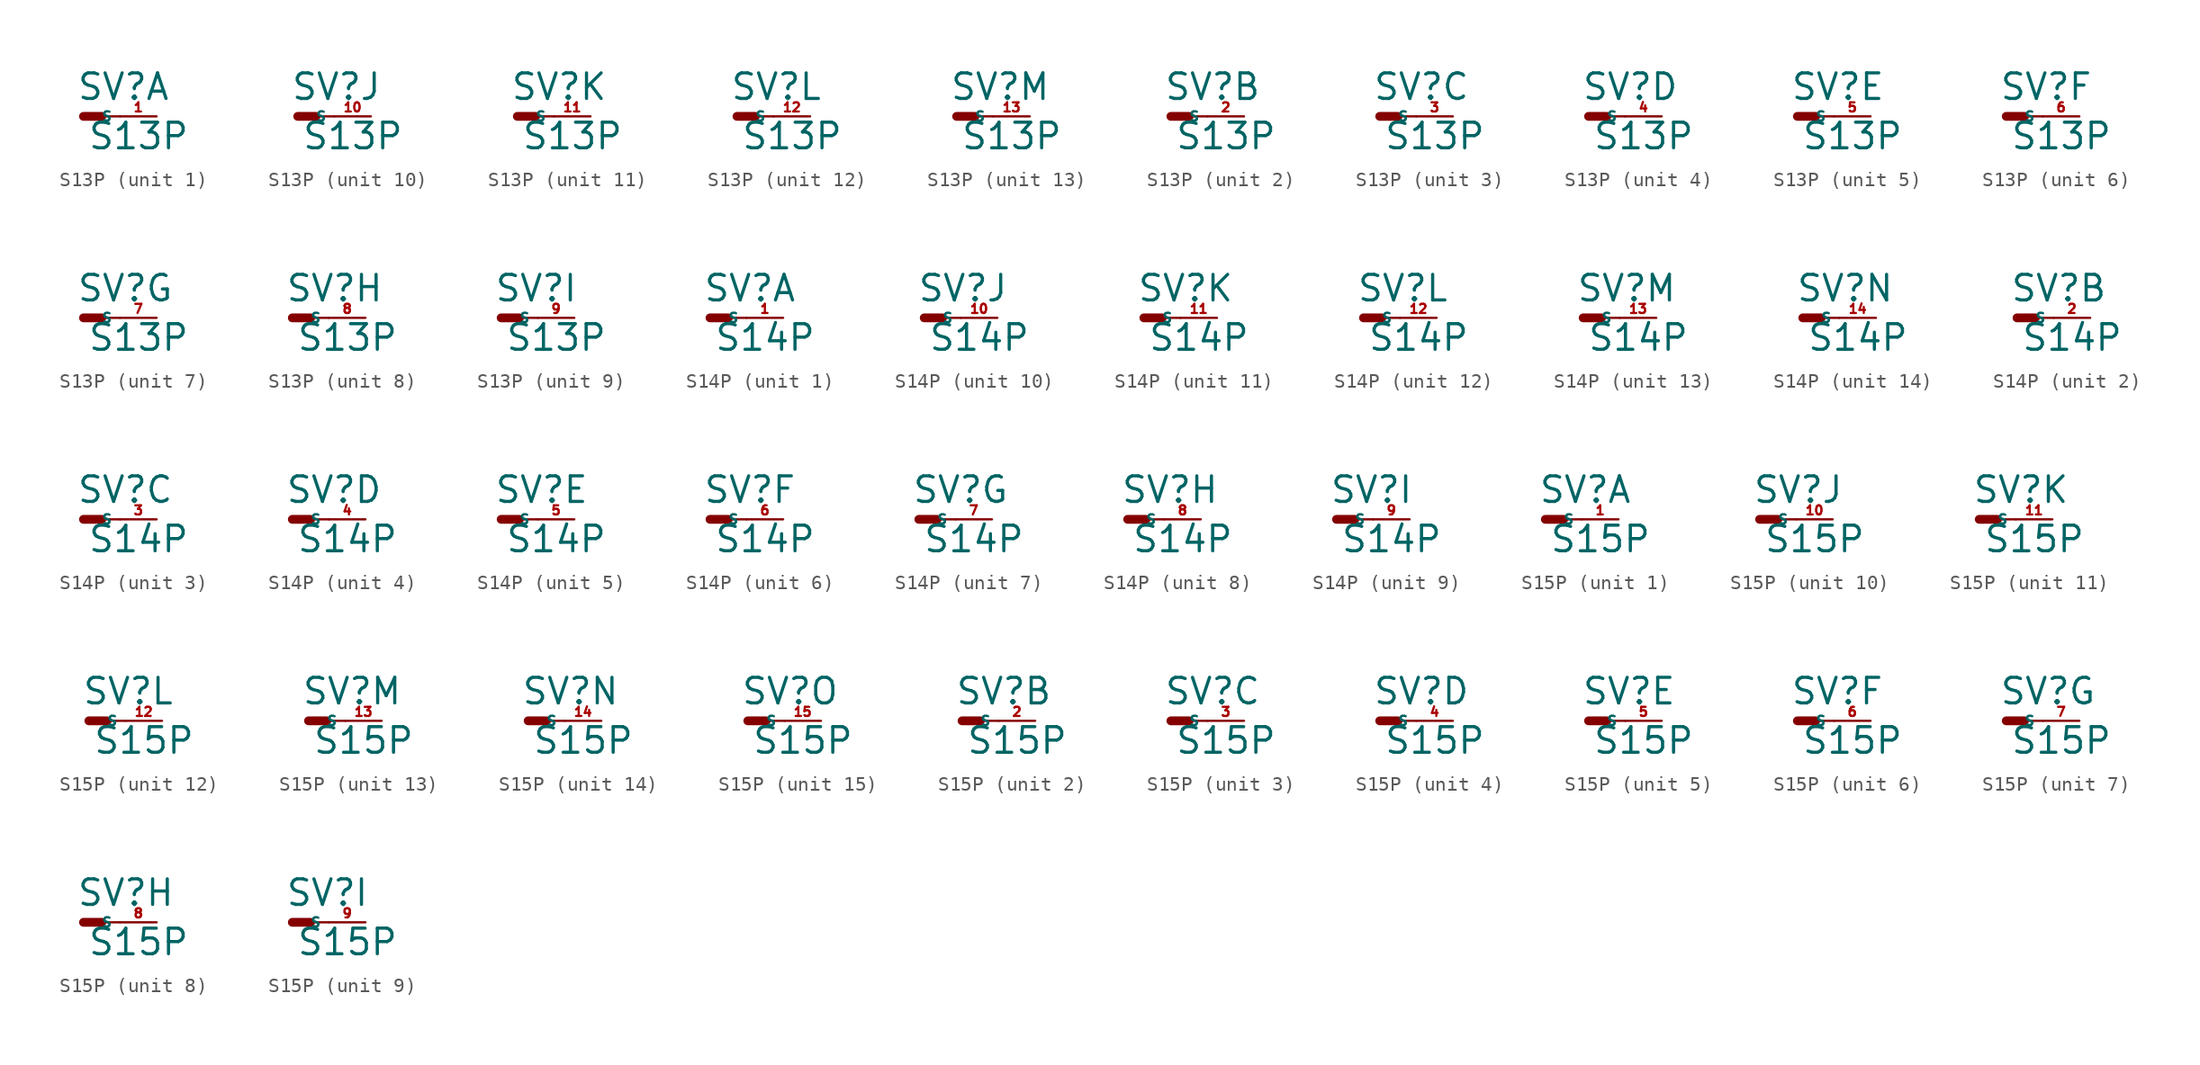
<source format=kicad_sym>
(kicad_symbol_lib
  (version 20220914)
  (generator Eagle2Kicad)
  (symbol "S13P"
    (property "Reference" "SV"
      (at -0.508 1.016 0)
      (effects (font (size 1.778 1.778) (thickness 0.22)) (justify left bottom)))
    (property "Value" "S13P"
      (at 0.254 -2.413 0)
      (effects (font (size 1.778 1.778) (thickness 0.22)) (justify left bottom)))
    (symbol "S13P_1_0"
      (polyline (pts (xy 1.27 0) (xy 2.54 0)) (stroke (width 0.152) (type default)) (fill (type none)))
      (polyline (pts (xy 0 0) (xy 1.27 0)) (stroke (width 0.61) (type default)) (fill (type none)))
      (pin passive line (at 5.08 0 180) (length 2.54) (name "S" (effects (font (size 0.635 0.635) (thickness 0.08)) (justify left bottom))) (number "1" (effects (font (size 0.635 0.635) (thickness 0.08)) (justify left bottom)))))
    (symbol "S13P_2_0"
      (polyline (pts (xy 1.27 0) (xy 2.54 0)) (stroke (width 0.152) (type default)) (fill (type none)))
      (polyline (pts (xy 0 0) (xy 1.27 0)) (stroke (width 0.61) (type default)) (fill (type none)))
      (pin passive line (at 5.08 0 180) (length 2.54) (name "S" (effects (font (size 0.635 0.635) (thickness 0.08)) (justify left bottom))) (number "2" (effects (font (size 0.635 0.635) (thickness 0.08)) (justify left bottom)))))
    (symbol "S13P_3_0"
      (polyline (pts (xy 1.27 0) (xy 2.54 0)) (stroke (width 0.152) (type default)) (fill (type none)))
      (polyline (pts (xy 0 0) (xy 1.27 0)) (stroke (width 0.61) (type default)) (fill (type none)))
      (pin passive line (at 5.08 0 180) (length 2.54) (name "S" (effects (font (size 0.635 0.635) (thickness 0.08)) (justify left bottom))) (number "3" (effects (font (size 0.635 0.635) (thickness 0.08)) (justify left bottom)))))
    (symbol "S13P_4_0"
      (polyline (pts (xy 1.27 0) (xy 2.54 0)) (stroke (width 0.152) (type default)) (fill (type none)))
      (polyline (pts (xy 0 0) (xy 1.27 0)) (stroke (width 0.61) (type default)) (fill (type none)))
      (pin passive line (at 5.08 0 180) (length 2.54) (name "S" (effects (font (size 0.635 0.635) (thickness 0.08)) (justify left bottom))) (number "4" (effects (font (size 0.635 0.635) (thickness 0.08)) (justify left bottom)))))
    (symbol "S13P_5_0"
      (polyline (pts (xy 1.27 0) (xy 2.54 0)) (stroke (width 0.152) (type default)) (fill (type none)))
      (polyline (pts (xy 0 0) (xy 1.27 0)) (stroke (width 0.61) (type default)) (fill (type none)))
      (pin passive line (at 5.08 0 180) (length 2.54) (name "S" (effects (font (size 0.635 0.635) (thickness 0.08)) (justify left bottom))) (number "5" (effects (font (size 0.635 0.635) (thickness 0.08)) (justify left bottom)))))
    (symbol "S13P_6_0"
      (polyline (pts (xy 1.27 0) (xy 2.54 0)) (stroke (width 0.152) (type default)) (fill (type none)))
      (polyline (pts (xy 0 0) (xy 1.27 0)) (stroke (width 0.61) (type default)) (fill (type none)))
      (pin passive line (at 5.08 0 180) (length 2.54) (name "S" (effects (font (size 0.635 0.635) (thickness 0.08)) (justify left bottom))) (number "6" (effects (font (size 0.635 0.635) (thickness 0.08)) (justify left bottom)))))
    (symbol "S13P_7_0"
      (polyline (pts (xy 1.27 0) (xy 2.54 0)) (stroke (width 0.152) (type default)) (fill (type none)))
      (polyline (pts (xy 0 0) (xy 1.27 0)) (stroke (width 0.61) (type default)) (fill (type none)))
      (pin passive line (at 5.08 0 180) (length 2.54) (name "S" (effects (font (size 0.635 0.635) (thickness 0.08)) (justify left bottom))) (number "7" (effects (font (size 0.635 0.635) (thickness 0.08)) (justify left bottom)))))
    (symbol "S13P_8_0"
      (polyline (pts (xy 1.27 0) (xy 2.54 0)) (stroke (width 0.152) (type default)) (fill (type none)))
      (polyline (pts (xy 0 0) (xy 1.27 0)) (stroke (width 0.61) (type default)) (fill (type none)))
      (pin passive line (at 5.08 0 180) (length 2.54) (name "S" (effects (font (size 0.635 0.635) (thickness 0.08)) (justify left bottom))) (number "8" (effects (font (size 0.635 0.635) (thickness 0.08)) (justify left bottom)))))
    (symbol "S13P_9_0"
      (polyline (pts (xy 1.27 0) (xy 2.54 0)) (stroke (width 0.152) (type default)) (fill (type none)))
      (polyline (pts (xy 0 0) (xy 1.27 0)) (stroke (width 0.61) (type default)) (fill (type none)))
      (pin passive line (at 5.08 0 180) (length 2.54) (name "S" (effects (font (size 0.635 0.635) (thickness 0.08)) (justify left bottom))) (number "9" (effects (font (size 0.635 0.635) (thickness 0.08)) (justify left bottom)))))
    (symbol "S13P_10_0"
      (polyline (pts (xy 1.27 0) (xy 2.54 0)) (stroke (width 0.152) (type default)) (fill (type none)))
      (polyline (pts (xy 0 0) (xy 1.27 0)) (stroke (width 0.61) (type default)) (fill (type none)))
      (pin passive line (at 5.08 0 180) (length 2.54) (name "S" (effects (font (size 0.635 0.635) (thickness 0.08)) (justify left bottom))) (number "10" (effects (font (size 0.635 0.635) (thickness 0.08)) (justify left bottom)))))
    (symbol "S13P_11_0"
      (polyline (pts (xy 1.27 0) (xy 2.54 0)) (stroke (width 0.152) (type default)) (fill (type none)))
      (polyline (pts (xy 0 0) (xy 1.27 0)) (stroke (width 0.61) (type default)) (fill (type none)))
      (pin passive line (at 5.08 0 180) (length 2.54) (name "S" (effects (font (size 0.635 0.635) (thickness 0.08)) (justify left bottom))) (number "11" (effects (font (size 0.635 0.635) (thickness 0.08)) (justify left bottom)))))
    (symbol "S13P_12_0"
      (polyline (pts (xy 1.27 0) (xy 2.54 0)) (stroke (width 0.152) (type default)) (fill (type none)))
      (polyline (pts (xy 0 0) (xy 1.27 0)) (stroke (width 0.61) (type default)) (fill (type none)))
      (pin passive line (at 5.08 0 180) (length 2.54) (name "S" (effects (font (size 0.635 0.635) (thickness 0.08)) (justify left bottom))) (number "12" (effects (font (size 0.635 0.635) (thickness 0.08)) (justify left bottom)))))
    (symbol "S13P_13_0"
      (polyline (pts (xy 1.27 0) (xy 2.54 0)) (stroke (width 0.152) (type default)) (fill (type none)))
      (polyline (pts (xy 0 0) (xy 1.27 0)) (stroke (width 0.61) (type default)) (fill (type none)))
      (pin passive line (at 5.08 0 180) (length 2.54) (name "S" (effects (font (size 0.635 0.635) (thickness 0.08)) (justify left bottom))) (number "13" (effects (font (size 0.635 0.635) (thickness 0.08)) (justify left bottom))))))
  (symbol "S14P"
    (property "Reference" "SV"
      (at -0.508 1.016 0)
      (effects (font (size 1.778 1.778) (thickness 0.22)) (justify left bottom)))
    (property "Value" "S14P"
      (at 0.254 -2.413 0)
      (effects (font (size 1.778 1.778) (thickness 0.22)) (justify left bottom)))
    (symbol "S14P_1_0"
      (polyline (pts (xy 1.27 0) (xy 2.54 0)) (stroke (width 0.152) (type default)) (fill (type none)))
      (polyline (pts (xy 0 0) (xy 1.27 0)) (stroke (width 0.61) (type default)) (fill (type none)))
      (pin passive line (at 5.08 0 180) (length 2.54) (name "S" (effects (font (size 0.635 0.635) (thickness 0.08)) (justify left bottom))) (number "1" (effects (font (size 0.635 0.635) (thickness 0.08)) (justify left bottom)))))
    (symbol "S14P_2_0"
      (polyline (pts (xy 1.27 0) (xy 2.54 0)) (stroke (width 0.152) (type default)) (fill (type none)))
      (polyline (pts (xy 0 0) (xy 1.27 0)) (stroke (width 0.61) (type default)) (fill (type none)))
      (pin passive line (at 5.08 0 180) (length 2.54) (name "S" (effects (font (size 0.635 0.635) (thickness 0.08)) (justify left bottom))) (number "2" (effects (font (size 0.635 0.635) (thickness 0.08)) (justify left bottom)))))
    (symbol "S14P_3_0"
      (polyline (pts (xy 1.27 0) (xy 2.54 0)) (stroke (width 0.152) (type default)) (fill (type none)))
      (polyline (pts (xy 0 0) (xy 1.27 0)) (stroke (width 0.61) (type default)) (fill (type none)))
      (pin passive line (at 5.08 0 180) (length 2.54) (name "S" (effects (font (size 0.635 0.635) (thickness 0.08)) (justify left bottom))) (number "3" (effects (font (size 0.635 0.635) (thickness 0.08)) (justify left bottom)))))
    (symbol "S14P_4_0"
      (polyline (pts (xy 1.27 0) (xy 2.54 0)) (stroke (width 0.152) (type default)) (fill (type none)))
      (polyline (pts (xy 0 0) (xy 1.27 0)) (stroke (width 0.61) (type default)) (fill (type none)))
      (pin passive line (at 5.08 0 180) (length 2.54) (name "S" (effects (font (size 0.635 0.635) (thickness 0.08)) (justify left bottom))) (number "4" (effects (font (size 0.635 0.635) (thickness 0.08)) (justify left bottom)))))
    (symbol "S14P_5_0"
      (polyline (pts (xy 1.27 0) (xy 2.54 0)) (stroke (width 0.152) (type default)) (fill (type none)))
      (polyline (pts (xy 0 0) (xy 1.27 0)) (stroke (width 0.61) (type default)) (fill (type none)))
      (pin passive line (at 5.08 0 180) (length 2.54) (name "S" (effects (font (size 0.635 0.635) (thickness 0.08)) (justify left bottom))) (number "5" (effects (font (size 0.635 0.635) (thickness 0.08)) (justify left bottom)))))
    (symbol "S14P_6_0"
      (polyline (pts (xy 1.27 0) (xy 2.54 0)) (stroke (width 0.152) (type default)) (fill (type none)))
      (polyline (pts (xy 0 0) (xy 1.27 0)) (stroke (width 0.61) (type default)) (fill (type none)))
      (pin passive line (at 5.08 0 180) (length 2.54) (name "S" (effects (font (size 0.635 0.635) (thickness 0.08)) (justify left bottom))) (number "6" (effects (font (size 0.635 0.635) (thickness 0.08)) (justify left bottom)))))
    (symbol "S14P_7_0"
      (polyline (pts (xy 1.27 0) (xy 2.54 0)) (stroke (width 0.152) (type default)) (fill (type none)))
      (polyline (pts (xy 0 0) (xy 1.27 0)) (stroke (width 0.61) (type default)) (fill (type none)))
      (pin passive line (at 5.08 0 180) (length 2.54) (name "S" (effects (font (size 0.635 0.635) (thickness 0.08)) (justify left bottom))) (number "7" (effects (font (size 0.635 0.635) (thickness 0.08)) (justify left bottom)))))
    (symbol "S14P_8_0"
      (polyline (pts (xy 1.27 0) (xy 2.54 0)) (stroke (width 0.152) (type default)) (fill (type none)))
      (polyline (pts (xy 0 0) (xy 1.27 0)) (stroke (width 0.61) (type default)) (fill (type none)))
      (pin passive line (at 5.08 0 180) (length 2.54) (name "S" (effects (font (size 0.635 0.635) (thickness 0.08)) (justify left bottom))) (number "8" (effects (font (size 0.635 0.635) (thickness 0.08)) (justify left bottom)))))
    (symbol "S14P_9_0"
      (polyline (pts (xy 1.27 0) (xy 2.54 0)) (stroke (width 0.152) (type default)) (fill (type none)))
      (polyline (pts (xy 0 0) (xy 1.27 0)) (stroke (width 0.61) (type default)) (fill (type none)))
      (pin passive line (at 5.08 0 180) (length 2.54) (name "S" (effects (font (size 0.635 0.635) (thickness 0.08)) (justify left bottom))) (number "9" (effects (font (size 0.635 0.635) (thickness 0.08)) (justify left bottom)))))
    (symbol "S14P_10_0"
      (polyline (pts (xy 1.27 0) (xy 2.54 0)) (stroke (width 0.152) (type default)) (fill (type none)))
      (polyline (pts (xy 0 0) (xy 1.27 0)) (stroke (width 0.61) (type default)) (fill (type none)))
      (pin passive line (at 5.08 0 180) (length 2.54) (name "S" (effects (font (size 0.635 0.635) (thickness 0.08)) (justify left bottom))) (number "10" (effects (font (size 0.635 0.635) (thickness 0.08)) (justify left bottom)))))
    (symbol "S14P_11_0"
      (polyline (pts (xy 1.27 0) (xy 2.54 0)) (stroke (width 0.152) (type default)) (fill (type none)))
      (polyline (pts (xy 0 0) (xy 1.27 0)) (stroke (width 0.61) (type default)) (fill (type none)))
      (pin passive line (at 5.08 0 180) (length 2.54) (name "S" (effects (font (size 0.635 0.635) (thickness 0.08)) (justify left bottom))) (number "11" (effects (font (size 0.635 0.635) (thickness 0.08)) (justify left bottom)))))
    (symbol "S14P_12_0"
      (polyline (pts (xy 1.27 0) (xy 2.54 0)) (stroke (width 0.152) (type default)) (fill (type none)))
      (polyline (pts (xy 0 0) (xy 1.27 0)) (stroke (width 0.61) (type default)) (fill (type none)))
      (pin passive line (at 5.08 0 180) (length 2.54) (name "S" (effects (font (size 0.635 0.635) (thickness 0.08)) (justify left bottom))) (number "12" (effects (font (size 0.635 0.635) (thickness 0.08)) (justify left bottom)))))
    (symbol "S14P_13_0"
      (polyline (pts (xy 1.27 0) (xy 2.54 0)) (stroke (width 0.152) (type default)) (fill (type none)))
      (polyline (pts (xy 0 0) (xy 1.27 0)) (stroke (width 0.61) (type default)) (fill (type none)))
      (pin passive line (at 5.08 0 180) (length 2.54) (name "S" (effects (font (size 0.635 0.635) (thickness 0.08)) (justify left bottom))) (number "13" (effects (font (size 0.635 0.635) (thickness 0.08)) (justify left bottom)))))
    (symbol "S14P_14_0"
      (polyline (pts (xy 1.27 0) (xy 2.54 0)) (stroke (width 0.152) (type default)) (fill (type none)))
      (polyline (pts (xy 0 0) (xy 1.27 0)) (stroke (width 0.61) (type default)) (fill (type none)))
      (pin passive line (at 5.08 0 180) (length 2.54) (name "S" (effects (font (size 0.635 0.635) (thickness 0.08)) (justify left bottom))) (number "14" (effects (font (size 0.635 0.635) (thickness 0.08)) (justify left bottom))))))
  (symbol "S15P"
    (property "Reference" "SV"
      (at -0.508 1.016 0)
      (effects (font (size 1.778 1.778) (thickness 0.22)) (justify left bottom)))
    (property "Value" "S15P"
      (at 0.254 -2.413 0)
      (effects (font (size 1.778 1.778) (thickness 0.22)) (justify left bottom)))
    (symbol "S15P_1_0"
      (polyline (pts (xy 1.27 0) (xy 2.54 0)) (stroke (width 0.152) (type default)) (fill (type none)))
      (polyline (pts (xy 0 0) (xy 1.27 0)) (stroke (width 0.61) (type default)) (fill (type none)))
      (pin passive line (at 5.08 0 180) (length 2.54) (name "S" (effects (font (size 0.635 0.635) (thickness 0.08)) (justify left bottom))) (number "1" (effects (font (size 0.635 0.635) (thickness 0.08)) (justify left bottom)))))
    (symbol "S15P_2_0"
      (polyline (pts (xy 1.27 0) (xy 2.54 0)) (stroke (width 0.152) (type default)) (fill (type none)))
      (polyline (pts (xy 0 0) (xy 1.27 0)) (stroke (width 0.61) (type default)) (fill (type none)))
      (pin passive line (at 5.08 0 180) (length 2.54) (name "S" (effects (font (size 0.635 0.635) (thickness 0.08)) (justify left bottom))) (number "2" (effects (font (size 0.635 0.635) (thickness 0.08)) (justify left bottom)))))
    (symbol "S15P_3_0"
      (polyline (pts (xy 1.27 0) (xy 2.54 0)) (stroke (width 0.152) (type default)) (fill (type none)))
      (polyline (pts (xy 0 0) (xy 1.27 0)) (stroke (width 0.61) (type default)) (fill (type none)))
      (pin passive line (at 5.08 0 180) (length 2.54) (name "S" (effects (font (size 0.635 0.635) (thickness 0.08)) (justify left bottom))) (number "3" (effects (font (size 0.635 0.635) (thickness 0.08)) (justify left bottom)))))
    (symbol "S15P_4_0"
      (polyline (pts (xy 1.27 0) (xy 2.54 0)) (stroke (width 0.152) (type default)) (fill (type none)))
      (polyline (pts (xy 0 0) (xy 1.27 0)) (stroke (width 0.61) (type default)) (fill (type none)))
      (pin passive line (at 5.08 0 180) (length 2.54) (name "S" (effects (font (size 0.635 0.635) (thickness 0.08)) (justify left bottom))) (number "4" (effects (font (size 0.635 0.635) (thickness 0.08)) (justify left bottom)))))
    (symbol "S15P_5_0"
      (polyline (pts (xy 1.27 0) (xy 2.54 0)) (stroke (width 0.152) (type default)) (fill (type none)))
      (polyline (pts (xy 0 0) (xy 1.27 0)) (stroke (width 0.61) (type default)) (fill (type none)))
      (pin passive line (at 5.08 0 180) (length 2.54) (name "S" (effects (font (size 0.635 0.635) (thickness 0.08)) (justify left bottom))) (number "5" (effects (font (size 0.635 0.635) (thickness 0.08)) (justify left bottom)))))
    (symbol "S15P_6_0"
      (polyline (pts (xy 1.27 0) (xy 2.54 0)) (stroke (width 0.152) (type default)) (fill (type none)))
      (polyline (pts (xy 0 0) (xy 1.27 0)) (stroke (width 0.61) (type default)) (fill (type none)))
      (pin passive line (at 5.08 0 180) (length 2.54) (name "S" (effects (font (size 0.635 0.635) (thickness 0.08)) (justify left bottom))) (number "6" (effects (font (size 0.635 0.635) (thickness 0.08)) (justify left bottom)))))
    (symbol "S15P_7_0"
      (polyline (pts (xy 1.27 0) (xy 2.54 0)) (stroke (width 0.152) (type default)) (fill (type none)))
      (polyline (pts (xy 0 0) (xy 1.27 0)) (stroke (width 0.61) (type default)) (fill (type none)))
      (pin passive line (at 5.08 0 180) (length 2.54) (name "S" (effects (font (size 0.635 0.635) (thickness 0.08)) (justify left bottom))) (number "7" (effects (font (size 0.635 0.635) (thickness 0.08)) (justify left bottom)))))
    (symbol "S15P_8_0"
      (polyline (pts (xy 1.27 0) (xy 2.54 0)) (stroke (width 0.152) (type default)) (fill (type none)))
      (polyline (pts (xy 0 0) (xy 1.27 0)) (stroke (width 0.61) (type default)) (fill (type none)))
      (pin passive line (at 5.08 0 180) (length 2.54) (name "S" (effects (font (size 0.635 0.635) (thickness 0.08)) (justify left bottom))) (number "8" (effects (font (size 0.635 0.635) (thickness 0.08)) (justify left bottom)))))
    (symbol "S15P_9_0"
      (polyline (pts (xy 1.27 0) (xy 2.54 0)) (stroke (width 0.152) (type default)) (fill (type none)))
      (polyline (pts (xy 0 0) (xy 1.27 0)) (stroke (width 0.61) (type default)) (fill (type none)))
      (pin passive line (at 5.08 0 180) (length 2.54) (name "S" (effects (font (size 0.635 0.635) (thickness 0.08)) (justify left bottom))) (number "9" (effects (font (size 0.635 0.635) (thickness 0.08)) (justify left bottom)))))
    (symbol "S15P_10_0"
      (polyline (pts (xy 1.27 0) (xy 2.54 0)) (stroke (width 0.152) (type default)) (fill (type none)))
      (polyline (pts (xy 0 0) (xy 1.27 0)) (stroke (width 0.61) (type default)) (fill (type none)))
      (pin passive line (at 5.08 0 180) (length 2.54) (name "S" (effects (font (size 0.635 0.635) (thickness 0.08)) (justify left bottom))) (number "10" (effects (font (size 0.635 0.635) (thickness 0.08)) (justify left bottom)))))
    (symbol "S15P_11_0"
      (polyline (pts (xy 1.27 0) (xy 2.54 0)) (stroke (width 0.152) (type default)) (fill (type none)))
      (polyline (pts (xy 0 0) (xy 1.27 0)) (stroke (width 0.61) (type default)) (fill (type none)))
      (pin passive line (at 5.08 0 180) (length 2.54) (name "S" (effects (font (size 0.635 0.635) (thickness 0.08)) (justify left bottom))) (number "11" (effects (font (size 0.635 0.635) (thickness 0.08)) (justify left bottom)))))
    (symbol "S15P_12_0"
      (polyline (pts (xy 1.27 0) (xy 2.54 0)) (stroke (width 0.152) (type default)) (fill (type none)))
      (polyline (pts (xy 0 0) (xy 1.27 0)) (stroke (width 0.61) (type default)) (fill (type none)))
      (pin passive line (at 5.08 0 180) (length 2.54) (name "S" (effects (font (size 0.635 0.635) (thickness 0.08)) (justify left bottom))) (number "12" (effects (font (size 0.635 0.635) (thickness 0.08)) (justify left bottom)))))
    (symbol "S15P_13_0"
      (polyline (pts (xy 1.27 0) (xy 2.54 0)) (stroke (width 0.152) (type default)) (fill (type none)))
      (polyline (pts (xy 0 0) (xy 1.27 0)) (stroke (width 0.61) (type default)) (fill (type none)))
      (pin passive line (at 5.08 0 180) (length 2.54) (name "S" (effects (font (size 0.635 0.635) (thickness 0.08)) (justify left bottom))) (number "13" (effects (font (size 0.635 0.635) (thickness 0.08)) (justify left bottom)))))
    (symbol "S15P_14_0"
      (polyline (pts (xy 1.27 0) (xy 2.54 0)) (stroke (width 0.152) (type default)) (fill (type none)))
      (polyline (pts (xy 0 0) (xy 1.27 0)) (stroke (width 0.61) (type default)) (fill (type none)))
      (pin passive line (at 5.08 0 180) (length 2.54) (name "S" (effects (font (size 0.635 0.635) (thickness 0.08)) (justify left bottom))) (number "14" (effects (font (size 0.635 0.635) (thickness 0.08)) (justify left bottom)))))
    (symbol "S15P_15_0"
      (polyline (pts (xy 1.27 0) (xy 2.54 0)) (stroke (width 0.152) (type default)) (fill (type none)))
      (polyline (pts (xy 0 0) (xy 1.27 0)) (stroke (width 0.61) (type default)) (fill (type none)))
      (pin passive line (at 5.08 0 180) (length 2.54) (name "S" (effects (font (size 0.635 0.635) (thickness 0.08)) (justify left bottom))) (number "15" (effects (font (size 0.635 0.635) (thickness 0.08)) (justify left bottom)))))))
</source>
